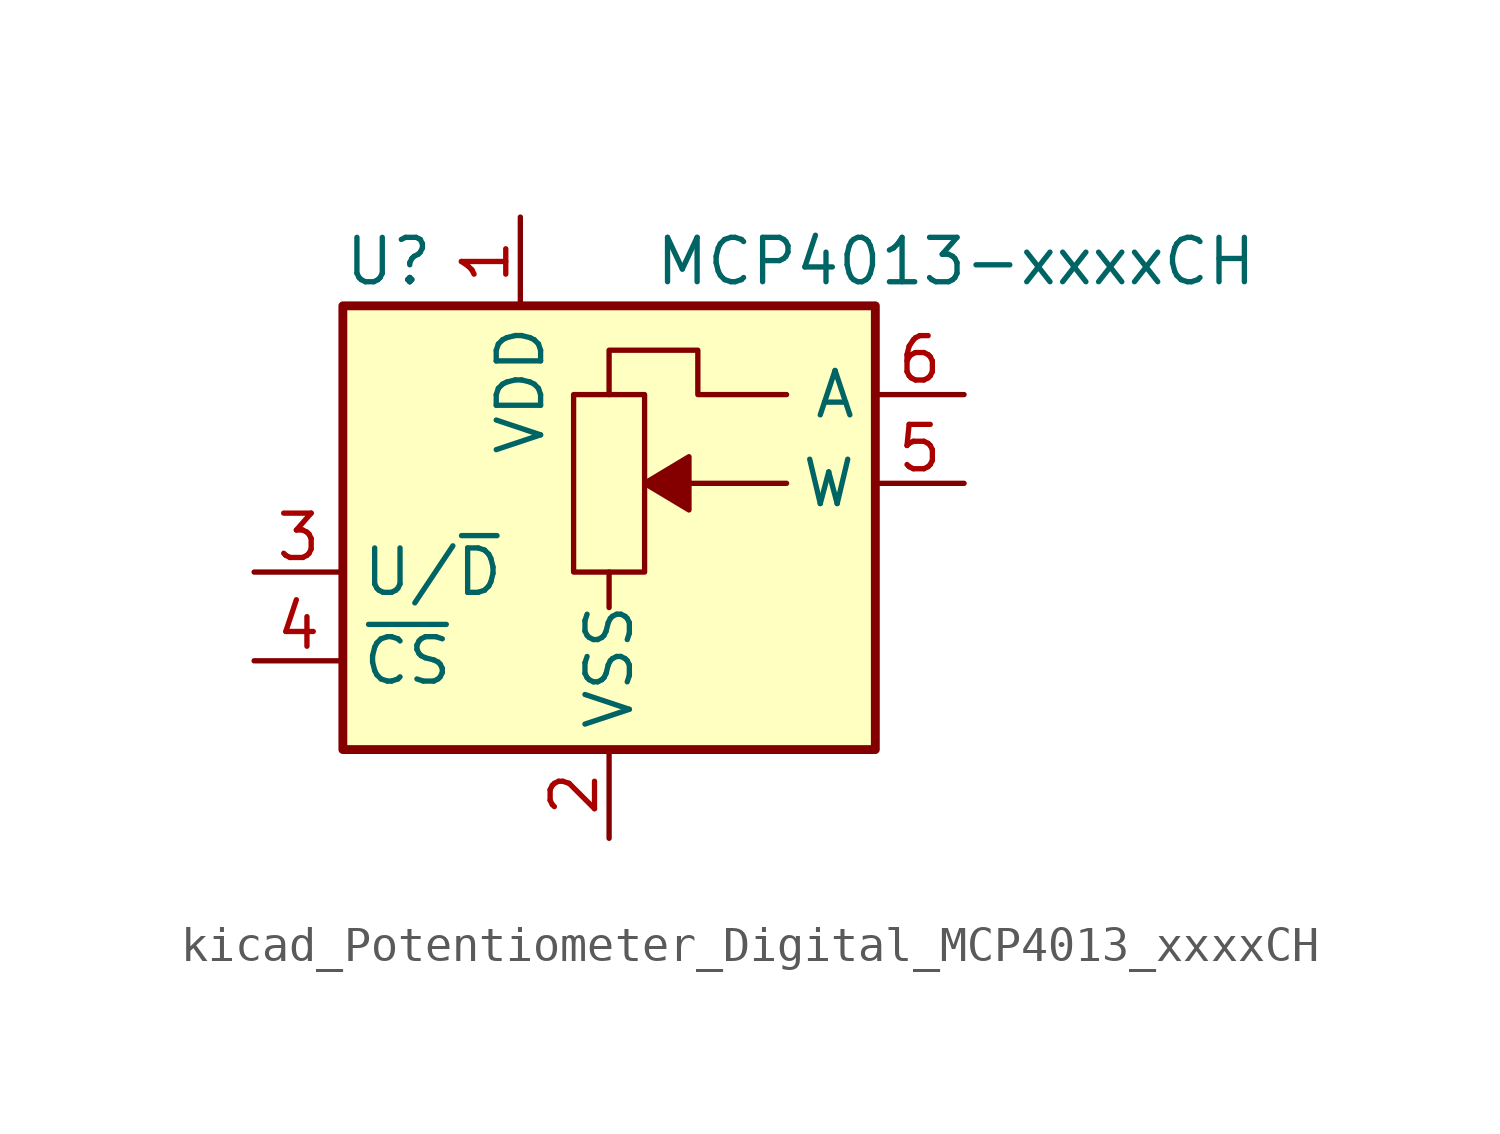
<source format=kicad_sym>
(kicad_symbol_lib
  (version 20220914)
  (generator kicad_symbol_editor)
  (symbol "kicad_Potentiometer_Digital_MCP4013_xxxxCH"
    (property "Reference" "U"
      (at -7.62 8.89 0)
      (effects (font (size 1.27 1.27)) (justify left)))
    (property "Value" "MCP4013-xxxxCH"
      (at 1.27 8.89 0)
      (effects (font (size 1.27 1.27)) (justify left)))
    (symbol "kicad_Potentiometer_Digital_MCP4013_xxxxCH_0_1"
      (polyline (pts (xy 0 0) (xy 0 -1.016)) (stroke (width 0) (type default)) (fill (type none)))
      (polyline (pts (xy 5.08 5.08) (xy 2.54 5.08) (xy 2.54 6.35) (xy 0 6.35) (xy 0 5.08)) (stroke (width 0) (type default)) (fill (type none))))
    (symbol "kicad_Potentiometer_Digital_MCP4013_xxxxCH_1_1"
      (rectangle (start -7.62 7.62) (end 7.62 -5.08) (stroke (width 0.254) (type default)) (fill (type background)))
      (polyline (pts (xy 5.08 2.54) (xy 2.286 2.54)) (stroke (width 0) (type default)) (fill (type none)))
      (polyline (pts (xy 2.286 1.778) (xy 2.286 3.302) (xy 1.016 2.54) (xy 2.286 1.778)) (stroke (width 0) (type default)) (fill (type outline)))
      (rectangle (start 1.016 0) (end -1.016 5.08) (stroke (width 0) (type default)) (fill (type none)))
      (pin power_in line (at -2.54 10.16 270) (length 2.54) (name "VDD" (effects (font (size 1.27 1.27)))) (number "1" (effects (font (size 1.27 1.27)))))
      (pin power_in line (at 0 -7.62 90) (length 2.54) (name "VSS" (effects (font (size 1.27 1.27)))) (number "2" (effects (font (size 1.27 1.27)))))
      (pin input line (at -10.16 0 0) (length 2.54) (name "U/~{D}" (effects (font (size 1.27 1.27)))) (number "3" (effects (font (size 1.27 1.27)))))
      (pin input line (at -10.16 -2.54 0) (length 2.54) (name "~{CS}" (effects (font (size 1.27 1.27)))) (number "4" (effects (font (size 1.27 1.27)))))
      (pin passive line (at 10.16 2.54 180) (length 2.54) (name "W" (effects (font (size 1.27 1.27)))) (number "5" (effects (font (size 1.27 1.27)))))
      (pin passive line (at 10.16 5.08 180) (length 2.54) (name "A" (effects (font (size 1.27 1.27)))) (number "6" (effects (font (size 1.27 1.27))))))))
</source>
